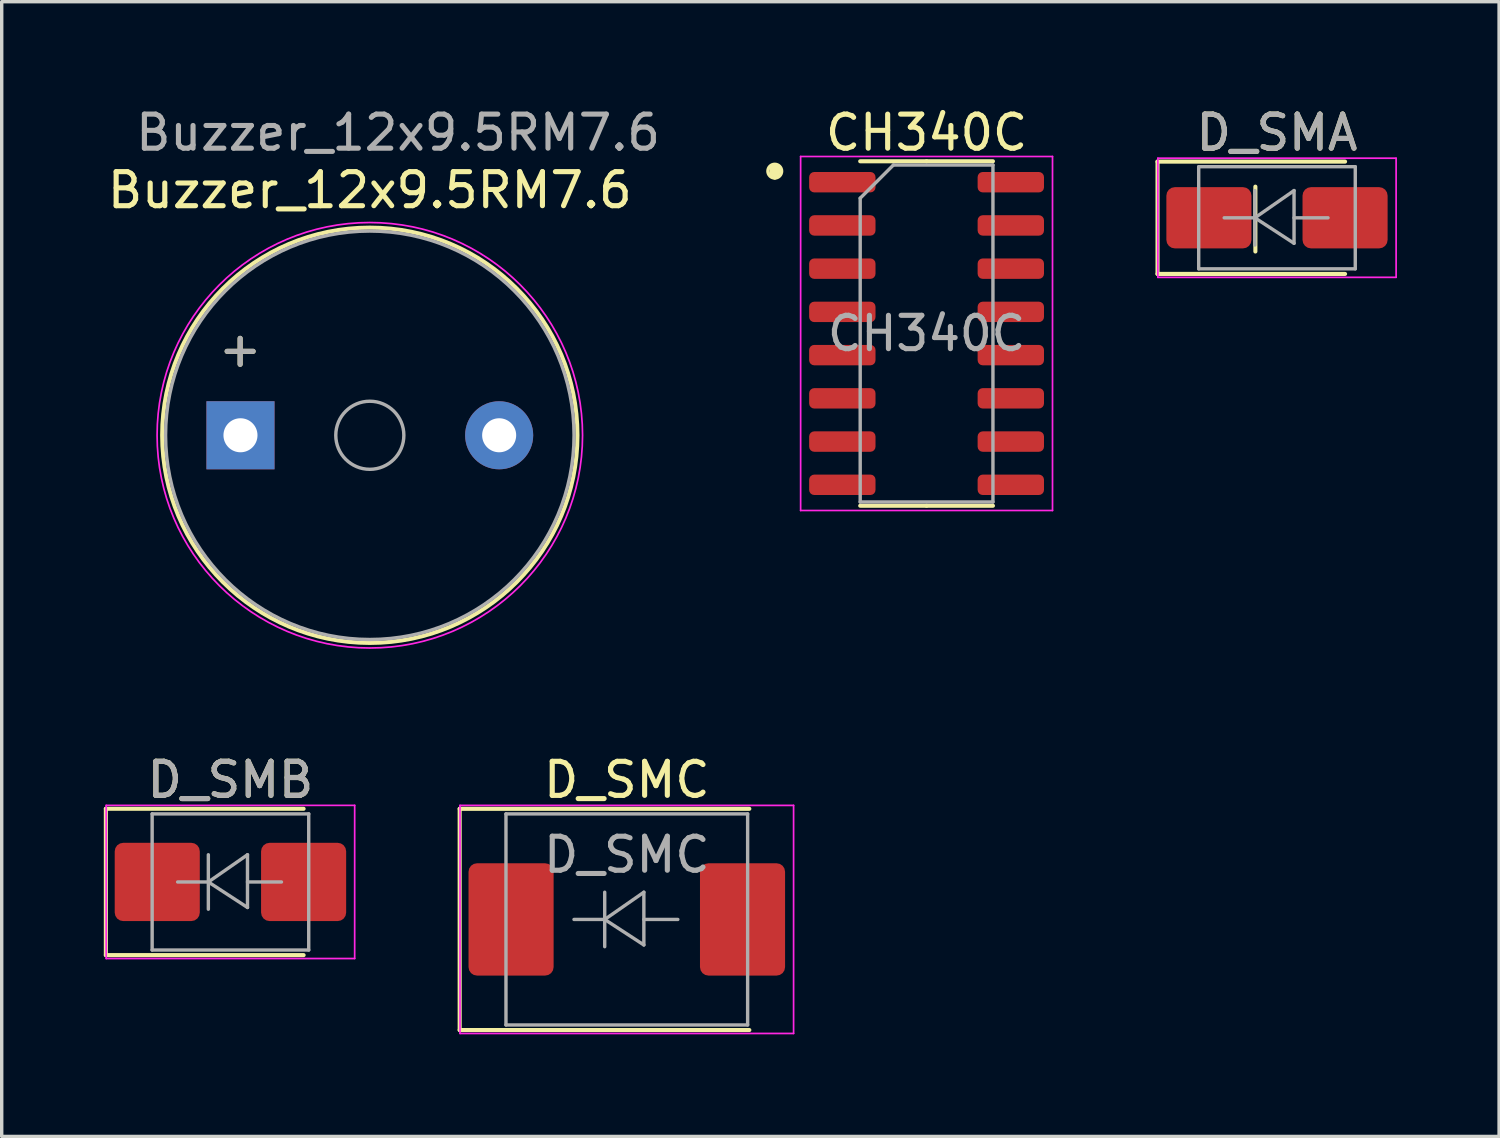
<source format=kicad_pcb>
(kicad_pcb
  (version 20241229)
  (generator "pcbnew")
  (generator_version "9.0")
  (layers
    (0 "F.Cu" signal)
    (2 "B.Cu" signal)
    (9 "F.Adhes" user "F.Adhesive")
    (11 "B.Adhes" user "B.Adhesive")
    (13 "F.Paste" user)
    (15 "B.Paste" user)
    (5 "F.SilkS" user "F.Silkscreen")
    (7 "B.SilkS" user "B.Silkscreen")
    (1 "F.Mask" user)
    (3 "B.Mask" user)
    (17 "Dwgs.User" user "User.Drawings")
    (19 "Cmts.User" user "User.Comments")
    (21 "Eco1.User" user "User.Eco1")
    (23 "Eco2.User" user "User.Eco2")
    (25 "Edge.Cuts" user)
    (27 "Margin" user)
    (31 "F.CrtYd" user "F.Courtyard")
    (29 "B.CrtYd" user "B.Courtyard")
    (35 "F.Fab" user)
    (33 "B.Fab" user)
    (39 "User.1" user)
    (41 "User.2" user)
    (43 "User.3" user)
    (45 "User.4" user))
  (footprint "CH340C"
    (layer "F.Cu")
    (at 24.172 6.748)
    (property "Reference" "CH340C" (at 0 -5.9 0) (layer "F.SilkS") (effects (font (size 1 1) (thickness 0.15))))
    (attr smd)
    (fp_line (start -4.58 -4.65) (end -4.47 -4.91) (stroke (width 0.1) (type default)) (layer "F.SilkS"))
    (fp_line (start -4.55 -4.9) (end -4.58 -4.65) (stroke (width 0.1) (type default)) (layer "F.SilkS"))
    (fp_line (start -4.52 -4.62) (end -4.37 -4.92) (stroke (width 0.1) (type default)) (layer "F.SilkS"))
    (fp_line (start -4.47 -4.91) (end -4.52 -4.62) (stroke (width 0.1) (type default)) (layer "F.SilkS"))
    (fp_line (start -4.37 -4.92) (end -4.46 -4.569) (stroke (width 0.1) (type default)) (layer "F.SilkS"))
    (fp_line (start -4.32 -4.84) (end -4.37 -4.66) (stroke (width 0.1) (type default)) (layer "F.SilkS"))
    (fp_line (start 0 -5.06) (end -1.95 -5.06) (stroke (width 0.12) (type solid)) (layer "F.SilkS"))
    (fp_line (start 0 -5.06) (end 1.95 -5.06) (stroke (width 0.12) (type solid)) (layer "F.SilkS"))
    (fp_line (start 0 5.06) (end -1.95 5.06) (stroke (width 0.12) (type solid)) (layer "F.SilkS"))
    (fp_line (start 0 5.06) (end 1.95 5.06) (stroke (width 0.12) (type solid)) (layer "F.SilkS"))
    (fp_circle (center -4.46 -4.77) (end -4.28 -4.68) (stroke (width 0.1) (type default)) (fill no) (layer "F.SilkS"))
    (fp_line (start -3.7 -5.2) (end -3.7 5.2) (stroke (width 0.05) (type solid)) (layer "F.CrtYd"))
    (fp_line (start -3.7 5.2) (end 3.7 5.2) (stroke (width 0.05) (type solid)) (layer "F.CrtYd"))
    (fp_line (start 3.7 -5.2) (end -3.7 -5.2) (stroke (width 0.05) (type solid)) (layer "F.CrtYd"))
    (fp_line (start 3.7 5.2) (end 3.7 -5.2) (stroke (width 0.05) (type solid)) (layer "F.CrtYd"))
    (fp_line (start -1.95 -3.975) (end -0.975 -4.95) (stroke (width 0.1) (type solid)) (layer "F.Fab"))
    (fp_line (start -1.95 4.95) (end -1.95 -3.975) (stroke (width 0.1) (type solid)) (layer "F.Fab"))
    (fp_line (start -0.975 -4.95) (end 1.95 -4.95) (stroke (width 0.1) (type solid)) (layer "F.Fab"))
    (fp_line (start 1.95 -4.95) (end 1.95 4.95) (stroke (width 0.1) (type solid)) (layer "F.Fab"))
    (fp_line (start 1.95 4.95) (end -1.95 4.95) (stroke (width 0.1) (type solid)) (layer "F.Fab"))
    (fp_text user "${REFERENCE}" (at 0 0 0) (layer "F.Fab") (effects (font (size 0.98 0.98) (thickness 0.15))))
    (pad "1" smd roundrect (at -2.475 -4.445) (size 1.95 0.6) (layers "F.Cu" "F.Mask" "F.Paste") (roundrect_rratio 0.25))
    (pad "2" smd roundrect (at -2.475 -3.175) (size 1.95 0.6) (layers "F.Cu" "F.Mask" "F.Paste") (roundrect_rratio 0.25))
    (pad "3" smd roundrect (at -2.475 -1.905) (size 1.95 0.6) (layers "F.Cu" "F.Mask" "F.Paste") (roundrect_rratio 0.25))
    (pad "4" smd roundrect (at -2.475 -0.635) (size 1.95 0.6) (layers "F.Cu" "F.Mask" "F.Paste") (roundrect_rratio 0.25))
    (pad "5" smd roundrect (at -2.475 0.635) (size 1.95 0.6) (layers "F.Cu" "F.Mask" "F.Paste") (roundrect_rratio 0.25))
    (pad "6" smd roundrect (at -2.475 1.905) (size 1.95 0.6) (layers "F.Cu" "F.Mask" "F.Paste") (roundrect_rratio 0.25))
    (pad "7" smd roundrect (at -2.475 3.175) (size 1.95 0.6) (layers "F.Cu" "F.Mask" "F.Paste") (roundrect_rratio 0.25))
    (pad "8" smd roundrect (at -2.475 4.445) (size 1.95 0.6) (layers "F.Cu" "F.Mask" "F.Paste") (roundrect_rratio 0.25))
    (pad "9" smd roundrect (at 2.475 4.445) (size 1.95 0.6) (layers "F.Cu" "F.Mask" "F.Paste") (roundrect_rratio 0.25))
    (pad "10" smd roundrect (at 2.475 3.175) (size 1.95 0.6) (layers "F.Cu" "F.Mask" "F.Paste") (roundrect_rratio 0.25))
    (pad "11" smd roundrect (at 2.475 1.905) (size 1.95 0.6) (layers "F.Cu" "F.Mask" "F.Paste") (roundrect_rratio 0.25))
    (pad "12" smd roundrect (at 2.475 0.635) (size 1.95 0.6) (layers "F.Cu" "F.Mask" "F.Paste") (roundrect_rratio 0.25))
    (pad "13" smd roundrect (at 2.475 -0.635) (size 1.95 0.6) (layers "F.Cu" "F.Mask" "F.Paste") (roundrect_rratio 0.25))
    (pad "14" smd roundrect (at 2.475 -1.905) (size 1.95 0.6) (layers "F.Cu" "F.Mask" "F.Paste") (roundrect_rratio 0.25))
    (pad "15" smd roundrect (at 2.475 -3.175) (size 1.95 0.6) (layers "F.Cu" "F.Mask" "F.Paste") (roundrect_rratio 0.25))
    (pad "16" smd roundrect (at 2.475 -4.445) (size 1.95 0.6) (layers "F.Cu" "F.Mask" "F.Paste") (roundrect_rratio 0.25)))
  (footprint "D_SMC"
    (layer "F.Cu")
    (at 15.365 23.962)
    (property "Reference" "D_SMC" (at 0 -4.1 0) (layer "F.SilkS") (effects (font (size 1 1) (thickness 0.15))))
    (attr smd)
    (fp_line (start -4.91 -3.25) (end 3.6 -3.25) (stroke (width 0.12) (type solid)) (layer "F.SilkS"))
    (fp_line (start -4.91 3.25) (end -4.91 -3.25) (stroke (width 0.12) (type solid)) (layer "F.SilkS"))
    (fp_line (start -4.91 3.25) (end 3.6 3.25) (stroke (width 0.12) (type solid)) (layer "F.SilkS"))
    (fp_line (start -4.9 -3.35) (end 4.9 -3.35) (stroke (width 0.05) (type solid)) (layer "F.CrtYd"))
    (fp_line (start -4.9 3.35) (end -4.9 -3.35) (stroke (width 0.05) (type solid)) (layer "F.CrtYd"))
    (fp_line (start 4.9 -3.35) (end 4.9 3.35) (stroke (width 0.05) (type solid)) (layer "F.CrtYd"))
    (fp_line (start 4.9 3.35) (end -4.9 3.35) (stroke (width 0.05) (type solid)) (layer "F.CrtYd"))
    (fp_line (start -3.55 3.1) (end -3.55 -3.1) (stroke (width 0.1) (type solid)) (layer "F.Fab"))
    (fp_line (start -0.649 -0.799) (end -0.649 0.801) (stroke (width 0.1) (type solid)) (layer "F.Fab"))
    (fp_line (start -0.649 0.001) (end -1.551 0.001) (stroke (width 0.1) (type solid)) (layer "F.Fab"))
    (fp_line (start -0.649 0.001) (end 0.501 -0.799) (stroke (width 0.1) (type solid)) (layer "F.Fab"))
    (fp_line (start -0.649 0.001) (end 0.501 0.75) (stroke (width 0.1) (type solid)) (layer "F.Fab"))
    (fp_line (start 0.501 0.001) (end 1.499 0.001) (stroke (width 0.1) (type solid)) (layer "F.Fab"))
    (fp_line (start 0.501 0.75) (end 0.501 -0.799) (stroke (width 0.1) (type solid)) (layer "F.Fab"))
    (fp_line (start 3.55 -3.1) (end -3.55 -3.1) (stroke (width 0.1) (type solid)) (layer "F.Fab"))
    (fp_line (start 3.55 -3.1) (end 3.55 3.1) (stroke (width 0.1) (type solid)) (layer "F.Fab"))
    (fp_line (start 3.55 3.1) (end -3.55 3.1) (stroke (width 0.1) (type solid)) (layer "F.Fab"))
    (fp_text user "${REFERENCE}" (at 0 -1.9 0) (layer "F.Fab") (effects (font (size 1 1) (thickness 0.15))))
    (pad "1" smd roundrect (at -3.4 0 90) (size 3.3 2.5) (layers "F.Cu" "F.Mask" "F.Paste") (roundrect_rratio 0.1))
    (pad "2" smd roundrect (at 3.4 0 90) (size 3.3 2.5) (layers "F.Cu" "F.Mask" "F.Paste") (roundrect_rratio 0.1)))
  (footprint "D_SMB"
    (layer "F.Cu")
    (at 3.72 22.861)
    (property "Reference" "D_SMB" (at 0 -3 0) (layer "F.SilkS") (effects (font (size 1 1) (thickness 0.15))))
    (attr smd)
    (fp_line (start -3.66 -2.15) (end -3.66 2.15) (stroke (width 0.12) (type solid)) (layer "F.SilkS"))
    (fp_line (start -3.66 -2.15) (end 2.15 -2.15) (stroke (width 0.12) (type solid)) (layer "F.SilkS"))
    (fp_line (start -3.66 2.15) (end 2.15 2.15) (stroke (width 0.12) (type solid)) (layer "F.SilkS"))
    (fp_line (start -3.65 -2.25) (end 3.65 -2.25) (stroke (width 0.05) (type solid)) (layer "F.CrtYd"))
    (fp_line (start -3.65 2.25) (end -3.65 -2.25) (stroke (width 0.05) (type solid)) (layer "F.CrtYd"))
    (fp_line (start 3.65 -2.25) (end 3.65 2.25) (stroke (width 0.05) (type solid)) (layer "F.CrtYd"))
    (fp_line (start 3.65 2.25) (end -3.65 2.25) (stroke (width 0.05) (type solid)) (layer "F.CrtYd"))
    (fp_line (start -2.3 2) (end -2.3 -2) (stroke (width 0.1) (type solid)) (layer "F.Fab"))
    (fp_line (start -0.649 -0.799) (end -0.649 0.801) (stroke (width 0.1) (type solid)) (layer "F.Fab"))
    (fp_line (start -0.649 0.001) (end -1.551 0.001) (stroke (width 0.1) (type solid)) (layer "F.Fab"))
    (fp_line (start -0.649 0.001) (end 0.501 -0.799) (stroke (width 0.1) (type solid)) (layer "F.Fab"))
    (fp_line (start -0.649 0.001) (end 0.501 0.75) (stroke (width 0.1) (type solid)) (layer "F.Fab"))
    (fp_line (start 0.501 0.001) (end 1.499 0.001) (stroke (width 0.1) (type solid)) (layer "F.Fab"))
    (fp_line (start 0.501 0.75) (end 0.501 -0.799) (stroke (width 0.1) (type solid)) (layer "F.Fab"))
    (fp_line (start 2.3 -2) (end -2.3 -2) (stroke (width 0.1) (type solid)) (layer "F.Fab"))
    (fp_line (start 2.3 -2) (end 2.3 2) (stroke (width 0.1) (type solid)) (layer "F.Fab"))
    (fp_line (start 2.3 2) (end -2.3 2) (stroke (width 0.1) (type solid)) (layer "F.Fab"))
    (fp_text user "${REFERENCE}" (at 0 -3 0) (layer "F.Fab") (effects (font (size 1 1) (thickness 0.15))))
    (pad "1" smd roundrect (at 2.15 0) (size 2.5 2.3) (layers "F.Cu" "F.Mask" "F.Paste") (roundrect_rratio 0.109))
    (pad "2" smd roundrect (at -2.15 0) (size 2.5 2.3) (layers "F.Cu" "F.Mask" "F.Paste") (roundrect_rratio 0.109)))
  (footprint "D_SMA"
    (layer "F.Cu")
    (at 34.467 3.348)
    (property "Reference" "D_SMA" (at 0 -2.5 0) (layer "F.SilkS") (effects (font (size 1 1) (thickness 0.15))))
    (attr smd)
    (fp_line (start -3.51 -1.65) (end -3.51 1.65) (stroke (width 0.12) (type solid)) (layer "F.SilkS"))
    (fp_line (start -3.51 -1.65) (end 2 -1.65) (stroke (width 0.12) (type solid)) (layer "F.SilkS"))
    (fp_line (start -3.51 1.65) (end 2 1.65) (stroke (width 0.12) (type solid)) (layer "F.SilkS"))
    (fp_line (start -0.635 -0.914) (end -0.635 0.991) (stroke (width 0.12) (type solid)) (layer "F.SilkS"))
    (fp_line (start -3.5 -1.75) (end 3.5 -1.75) (stroke (width 0.05) (type solid)) (layer "F.CrtYd"))
    (fp_line (start -3.5 1.75) (end -3.5 -1.75) (stroke (width 0.05) (type solid)) (layer "F.CrtYd"))
    (fp_line (start 3.5 -1.75) (end 3.5 1.75) (stroke (width 0.05) (type solid)) (layer "F.CrtYd"))
    (fp_line (start 3.5 1.75) (end -3.5 1.75) (stroke (width 0.05) (type solid)) (layer "F.CrtYd"))
    (fp_line (start -2.3 1.5) (end -2.3 -1.5) (stroke (width 0.1) (type solid)) (layer "F.Fab"))
    (fp_line (start -0.649 -0.799) (end -0.649 0.801) (stroke (width 0.1) (type solid)) (layer "F.Fab"))
    (fp_line (start -0.649 0.001) (end -1.551 0.001) (stroke (width 0.1) (type solid)) (layer "F.Fab"))
    (fp_line (start -0.649 0.001) (end 0.501 -0.799) (stroke (width 0.1) (type solid)) (layer "F.Fab"))
    (fp_line (start -0.649 0.001) (end 0.501 0.75) (stroke (width 0.1) (type solid)) (layer "F.Fab"))
    (fp_line (start 0.501 0.001) (end 1.499 0.001) (stroke (width 0.1) (type solid)) (layer "F.Fab"))
    (fp_line (start 0.501 0.75) (end 0.501 -0.799) (stroke (width 0.1) (type solid)) (layer "F.Fab"))
    (fp_line (start 2.3 -1.5) (end -2.3 -1.5) (stroke (width 0.1) (type solid)) (layer "F.Fab"))
    (fp_line (start 2.3 -1.5) (end 2.3 1.5) (stroke (width 0.1) (type solid)) (layer "F.Fab"))
    (fp_line (start 2.3 1.5) (end -2.3 1.5) (stroke (width 0.1) (type solid)) (layer "F.Fab"))
    (fp_text user "${REFERENCE}" (at 0 -2.5 0) (layer "F.Fab") (effects (font (size 1 1) (thickness 0.15))))
    (pad "1" smd roundrect (at -2 0) (size 2.5 1.8) (layers "F.Cu" "F.Mask" "F.Paste") (roundrect_rratio 0.139))
    (pad "2" smd roundrect (at 2 0) (size 2.5 1.8) (layers "F.Cu" "F.Mask" "F.Paste") (roundrect_rratio 0.139)))
  (footprint "Buzzer_12x9.5RM7.6"
    (layer "F.Cu")
    (at 4.015 9.738)
    (property "Reference" "Buzzer_12x9.5RM7.6" (at 3.8 -7.2 0) (layer "F.SilkS") (effects (font (size 1 1) (thickness 0.15))))
    (attr through_hole)
    (fp_circle (center 3.8 0) (end 9.9 0) (stroke (width 0.12) (type solid)) (fill no) (layer "F.SilkS"))
    (fp_circle (center 3.8 0) (end 10.05 0) (stroke (width 0.05) (type solid)) (fill no) (layer "F.CrtYd"))
    (fp_circle (center 3.8 0) (end 4.8 0) (stroke (width 0.1) (type solid)) (fill no) (layer "F.Fab"))
    (fp_circle (center 3.8 0) (end 9.8 0) (stroke (width 0.1) (type solid)) (fill no) (layer "F.Fab"))
    (fp_text user "+" (at -0.01 -2.54 0) (layer "F.SilkS") (effects (font (size 1 1) (thickness 0.15))))
    (fp_text user "+" (at -0.01 -2.54 0) (layer "F.Fab") (effects (font (size 1 1) (thickness 0.15))))
    (fp_text user "${REFERENCE}" (at 4.63 -8.89 0) (layer "F.Fab") (effects (font (size 1 1) (thickness 0.15))))
    (pad "1" thru_hole rect (at 0 0) (size 2 2) (drill 1) (layers "*.Cu" "*.Mask"))
    (pad "2" thru_hole circle (at 7.6 0) (size 2 2) (drill 1) (layers "*.Cu" "*.Mask")))
  (gr_rect
    (start -3 -3)
    (end 40.992 30.337)
    (stroke (width 0.1) (type default))
    (fill no)
    (layer "Edge.Cuts")))
</source>
